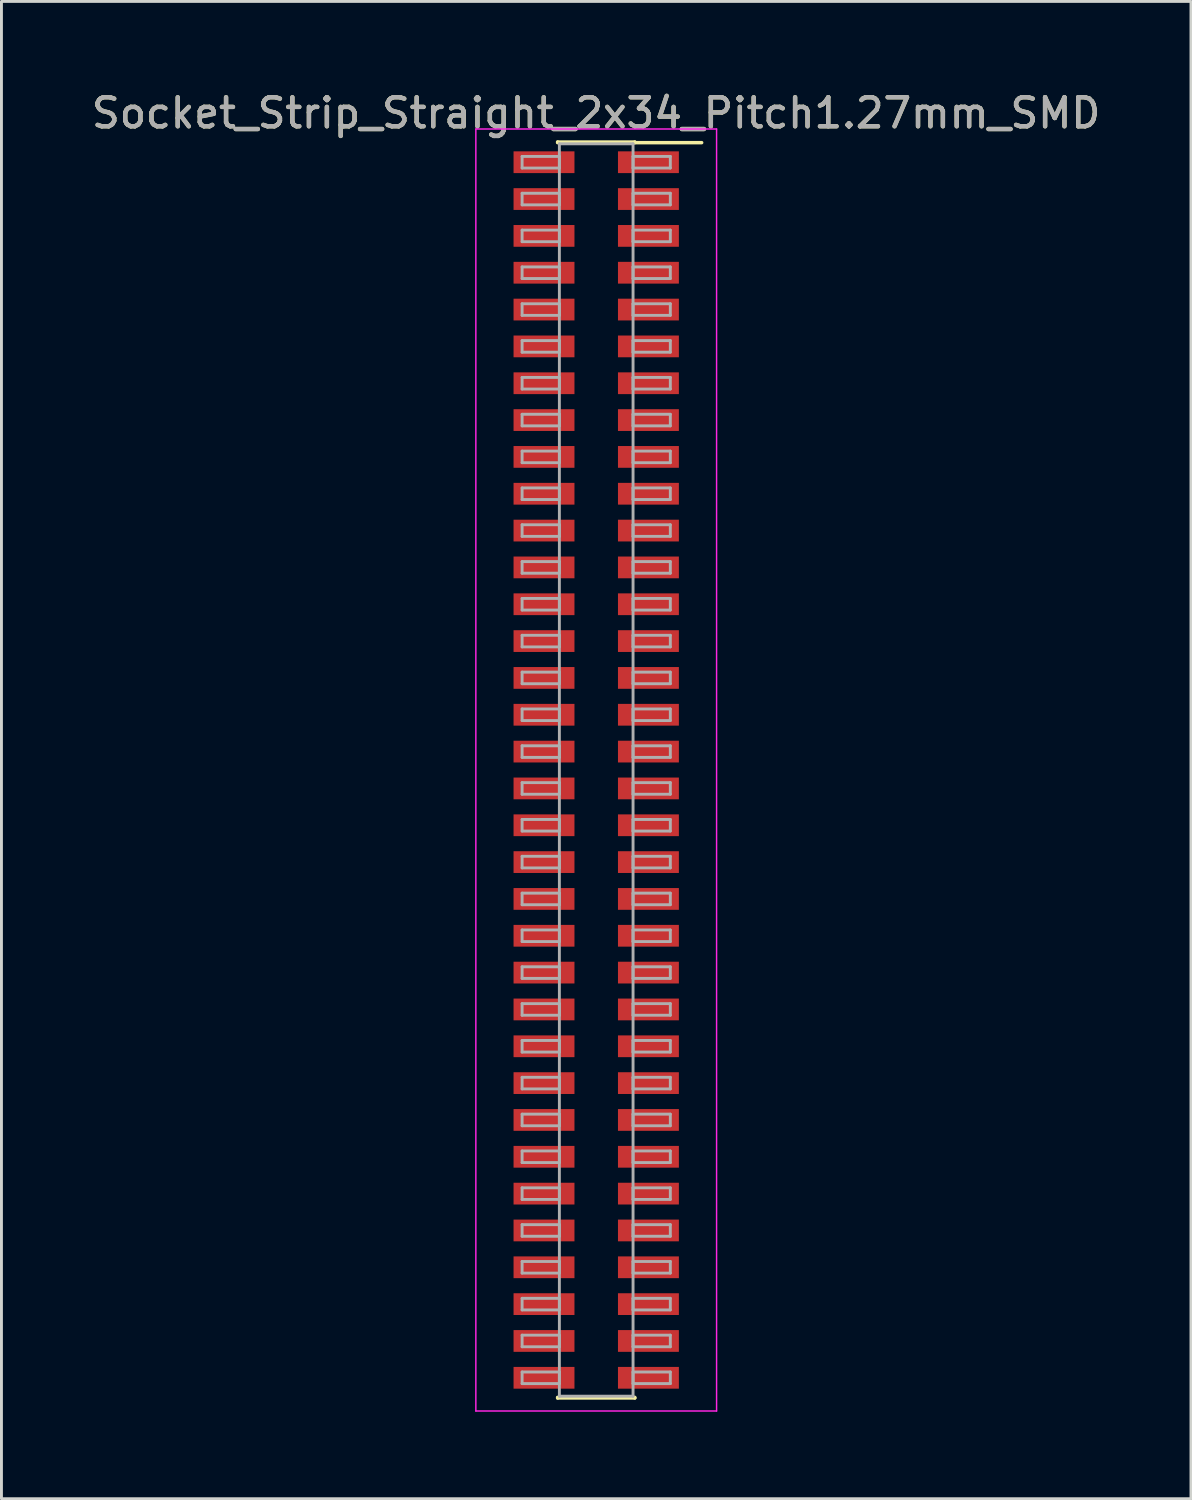
<source format=kicad_pcb>
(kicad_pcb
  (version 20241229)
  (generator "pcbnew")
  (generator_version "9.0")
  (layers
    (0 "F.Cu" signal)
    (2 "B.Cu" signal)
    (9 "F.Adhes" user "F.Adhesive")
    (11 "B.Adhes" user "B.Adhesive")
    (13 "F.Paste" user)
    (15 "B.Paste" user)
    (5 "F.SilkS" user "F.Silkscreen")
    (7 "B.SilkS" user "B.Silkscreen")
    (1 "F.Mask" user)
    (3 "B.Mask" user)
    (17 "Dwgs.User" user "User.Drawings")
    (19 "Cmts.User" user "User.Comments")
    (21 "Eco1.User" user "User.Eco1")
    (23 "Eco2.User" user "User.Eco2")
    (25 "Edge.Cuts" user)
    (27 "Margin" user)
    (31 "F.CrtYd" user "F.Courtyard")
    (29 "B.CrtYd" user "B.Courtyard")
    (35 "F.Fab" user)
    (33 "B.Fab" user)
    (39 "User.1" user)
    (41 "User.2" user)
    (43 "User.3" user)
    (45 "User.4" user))
  (footprint "Socket_Strip_Straight_2x34_Pitch1.27mm_SMD"
    (layer "F.Cu")
    (at 17.506 23.498)
    (property "Reference" "Socket_Strip_Straight_2x34_Pitch1.27mm_SMD" (at 0 -22.65 0) (layer "F.SilkS") (effects (font (size 1 1) (thickness 0.15))))
    (attr smd)
    (fp_line (start -1.33 -21.65) (end 1.33 -21.65) (stroke (width 0.12) (type solid)) (layer "F.SilkS"))
    (fp_line (start -1.33 -21.63) (end -1.33 -21.65) (stroke (width 0.12) (type solid)) (layer "F.SilkS"))
    (fp_line (start -1.33 21.63) (end -1.33 21.65) (stroke (width 0.12) (type solid)) (layer "F.SilkS"))
    (fp_line (start -1.33 21.65) (end 1.33 21.65) (stroke (width 0.12) (type solid)) (layer "F.SilkS"))
    (fp_line (start 1.33 -21.65) (end 1.33 -21.63) (stroke (width 0.12) (type solid)) (layer "F.SilkS"))
    (fp_line (start 1.33 21.65) (end 1.33 21.63) (stroke (width 0.12) (type solid)) (layer "F.SilkS"))
    (fp_line (start 3.635 -21.63) (end 1.33 -21.63) (stroke (width 0.12) (type solid)) (layer "F.SilkS"))
    (fp_line (start -4.15 -22.1) (end -4.15 22.1) (stroke (width 0.05) (type solid)) (layer "F.CrtYd"))
    (fp_line (start -4.15 22.1) (end 4.15 22.1) (stroke (width 0.05) (type solid)) (layer "F.CrtYd"))
    (fp_line (start 4.15 -22.1) (end -4.15 -22.1) (stroke (width 0.05) (type solid)) (layer "F.CrtYd"))
    (fp_line (start 4.15 22.1) (end 4.15 -22.1) (stroke (width 0.05) (type solid)) (layer "F.CrtYd"))
    (fp_line (start -2.555 -21.155) (end -1.27 -21.155) (stroke (width 0.1) (type solid)) (layer "F.Fab"))
    (fp_line (start -2.555 -20.755) (end -2.555 -21.155) (stroke (width 0.1) (type solid)) (layer "F.Fab"))
    (fp_line (start -2.555 -19.885) (end -1.27 -19.885) (stroke (width 0.1) (type solid)) (layer "F.Fab"))
    (fp_line (start -2.555 -19.485) (end -2.555 -19.885) (stroke (width 0.1) (type solid)) (layer "F.Fab"))
    (fp_line (start -2.555 -18.615) (end -1.27 -18.615) (stroke (width 0.1) (type solid)) (layer "F.Fab"))
    (fp_line (start -2.555 -18.215) (end -2.555 -18.615) (stroke (width 0.1) (type solid)) (layer "F.Fab"))
    (fp_line (start -2.555 -17.345) (end -1.27 -17.345) (stroke (width 0.1) (type solid)) (layer "F.Fab"))
    (fp_line (start -2.555 -16.945) (end -2.555 -17.345) (stroke (width 0.1) (type solid)) (layer "F.Fab"))
    (fp_line (start -2.555 -16.075) (end -1.27 -16.075) (stroke (width 0.1) (type solid)) (layer "F.Fab"))
    (fp_line (start -2.555 -15.675) (end -2.555 -16.075) (stroke (width 0.1) (type solid)) (layer "F.Fab"))
    (fp_line (start -2.555 -14.805) (end -1.27 -14.805) (stroke (width 0.1) (type solid)) (layer "F.Fab"))
    (fp_line (start -2.555 -14.405) (end -2.555 -14.805) (stroke (width 0.1) (type solid)) (layer "F.Fab"))
    (fp_line (start -2.555 -13.535) (end -1.27 -13.535) (stroke (width 0.1) (type solid)) (layer "F.Fab"))
    (fp_line (start -2.555 -13.135) (end -2.555 -13.535) (stroke (width 0.1) (type solid)) (layer "F.Fab"))
    (fp_line (start -2.555 -12.265) (end -1.27 -12.265) (stroke (width 0.1) (type solid)) (layer "F.Fab"))
    (fp_line (start -2.555 -11.865) (end -2.555 -12.265) (stroke (width 0.1) (type solid)) (layer "F.Fab"))
    (fp_line (start -2.555 -10.995) (end -1.27 -10.995) (stroke (width 0.1) (type solid)) (layer "F.Fab"))
    (fp_line (start -2.555 -10.595) (end -2.555 -10.995) (stroke (width 0.1) (type solid)) (layer "F.Fab"))
    (fp_line (start -2.555 -9.725) (end -1.27 -9.725) (stroke (width 0.1) (type solid)) (layer "F.Fab"))
    (fp_line (start -2.555 -9.325) (end -2.555 -9.725) (stroke (width 0.1) (type solid)) (layer "F.Fab"))
    (fp_line (start -2.555 -8.455) (end -1.27 -8.455) (stroke (width 0.1) (type solid)) (layer "F.Fab"))
    (fp_line (start -2.555 -8.055) (end -2.555 -8.455) (stroke (width 0.1) (type solid)) (layer "F.Fab"))
    (fp_line (start -2.555 -7.185) (end -1.27 -7.185) (stroke (width 0.1) (type solid)) (layer "F.Fab"))
    (fp_line (start -2.555 -6.785) (end -2.555 -7.185) (stroke (width 0.1) (type solid)) (layer "F.Fab"))
    (fp_line (start -2.555 -5.915) (end -1.27 -5.915) (stroke (width 0.1) (type solid)) (layer "F.Fab"))
    (fp_line (start -2.555 -5.515) (end -2.555 -5.915) (stroke (width 0.1) (type solid)) (layer "F.Fab"))
    (fp_line (start -2.555 -4.645) (end -1.27 -4.645) (stroke (width 0.1) (type solid)) (layer "F.Fab"))
    (fp_line (start -2.555 -4.245) (end -2.555 -4.645) (stroke (width 0.1) (type solid)) (layer "F.Fab"))
    (fp_line (start -2.555 -3.375) (end -1.27 -3.375) (stroke (width 0.1) (type solid)) (layer "F.Fab"))
    (fp_line (start -2.555 -2.975) (end -2.555 -3.375) (stroke (width 0.1) (type solid)) (layer "F.Fab"))
    (fp_line (start -2.555 -2.105) (end -1.27 -2.105) (stroke (width 0.1) (type solid)) (layer "F.Fab"))
    (fp_line (start -2.555 -1.705) (end -2.555 -2.105) (stroke (width 0.1) (type solid)) (layer "F.Fab"))
    (fp_line (start -2.555 -0.835) (end -1.27 -0.835) (stroke (width 0.1) (type solid)) (layer "F.Fab"))
    (fp_line (start -2.555 -0.435) (end -2.555 -0.835) (stroke (width 0.1) (type solid)) (layer "F.Fab"))
    (fp_line (start -2.555 0.435) (end -1.27 0.435) (stroke (width 0.1) (type solid)) (layer "F.Fab"))
    (fp_line (start -2.555 0.835) (end -2.555 0.435) (stroke (width 0.1) (type solid)) (layer "F.Fab"))
    (fp_line (start -2.555 1.705) (end -1.27 1.705) (stroke (width 0.1) (type solid)) (layer "F.Fab"))
    (fp_line (start -2.555 2.105) (end -2.555 1.705) (stroke (width 0.1) (type solid)) (layer "F.Fab"))
    (fp_line (start -2.555 2.975) (end -1.27 2.975) (stroke (width 0.1) (type solid)) (layer "F.Fab"))
    (fp_line (start -2.555 3.375) (end -2.555 2.975) (stroke (width 0.1) (type solid)) (layer "F.Fab"))
    (fp_line (start -2.555 4.245) (end -1.27 4.245) (stroke (width 0.1) (type solid)) (layer "F.Fab"))
    (fp_line (start -2.555 4.645) (end -2.555 4.245) (stroke (width 0.1) (type solid)) (layer "F.Fab"))
    (fp_line (start -2.555 5.515) (end -1.27 5.515) (stroke (width 0.1) (type solid)) (layer "F.Fab"))
    (fp_line (start -2.555 5.915) (end -2.555 5.515) (stroke (width 0.1) (type solid)) (layer "F.Fab"))
    (fp_line (start -2.555 6.785) (end -1.27 6.785) (stroke (width 0.1) (type solid)) (layer "F.Fab"))
    (fp_line (start -2.555 7.185) (end -2.555 6.785) (stroke (width 0.1) (type solid)) (layer "F.Fab"))
    (fp_line (start -2.555 8.055) (end -1.27 8.055) (stroke (width 0.1) (type solid)) (layer "F.Fab"))
    (fp_line (start -2.555 8.455) (end -2.555 8.055) (stroke (width 0.1) (type solid)) (layer "F.Fab"))
    (fp_line (start -2.555 9.325) (end -1.27 9.325) (stroke (width 0.1) (type solid)) (layer "F.Fab"))
    (fp_line (start -2.555 9.725) (end -2.555 9.325) (stroke (width 0.1) (type solid)) (layer "F.Fab"))
    (fp_line (start -2.555 10.595) (end -1.27 10.595) (stroke (width 0.1) (type solid)) (layer "F.Fab"))
    (fp_line (start -2.555 10.995) (end -2.555 10.595) (stroke (width 0.1) (type solid)) (layer "F.Fab"))
    (fp_line (start -2.555 11.865) (end -1.27 11.865) (stroke (width 0.1) (type solid)) (layer "F.Fab"))
    (fp_line (start -2.555 12.265) (end -2.555 11.865) (stroke (width 0.1) (type solid)) (layer "F.Fab"))
    (fp_line (start -2.555 13.135) (end -1.27 13.135) (stroke (width 0.1) (type solid)) (layer "F.Fab"))
    (fp_line (start -2.555 13.535) (end -2.555 13.135) (stroke (width 0.1) (type solid)) (layer "F.Fab"))
    (fp_line (start -2.555 14.405) (end -1.27 14.405) (stroke (width 0.1) (type solid)) (layer "F.Fab"))
    (fp_line (start -2.555 14.805) (end -2.555 14.405) (stroke (width 0.1) (type solid)) (layer "F.Fab"))
    (fp_line (start -2.555 15.675) (end -1.27 15.675) (stroke (width 0.1) (type solid)) (layer "F.Fab"))
    (fp_line (start -2.555 16.075) (end -2.555 15.675) (stroke (width 0.1) (type solid)) (layer "F.Fab"))
    (fp_line (start -2.555 16.945) (end -1.27 16.945) (stroke (width 0.1) (type solid)) (layer "F.Fab"))
    (fp_line (start -2.555 17.345) (end -2.555 16.945) (stroke (width 0.1) (type solid)) (layer "F.Fab"))
    (fp_line (start -2.555 18.215) (end -1.27 18.215) (stroke (width 0.1) (type solid)) (layer "F.Fab"))
    (fp_line (start -2.555 18.615) (end -2.555 18.215) (stroke (width 0.1) (type solid)) (layer "F.Fab"))
    (fp_line (start -2.555 19.485) (end -1.27 19.485) (stroke (width 0.1) (type solid)) (layer "F.Fab"))
    (fp_line (start -2.555 19.885) (end -2.555 19.485) (stroke (width 0.1) (type solid)) (layer "F.Fab"))
    (fp_line (start -2.555 20.755) (end -1.27 20.755) (stroke (width 0.1) (type solid)) (layer "F.Fab"))
    (fp_line (start -2.555 21.155) (end -2.555 20.755) (stroke (width 0.1) (type solid)) (layer "F.Fab"))
    (fp_line (start -1.27 -21.59) (end -1.27 21.59) (stroke (width 0.1) (type solid)) (layer "F.Fab"))
    (fp_line (start -1.27 -21.155) (end -1.27 -20.755) (stroke (width 0.1) (type solid)) (layer "F.Fab"))
    (fp_line (start -1.27 -20.755) (end -2.555 -20.755) (stroke (width 0.1) (type solid)) (layer "F.Fab"))
    (fp_line (start -1.27 -19.885) (end -1.27 -19.485) (stroke (width 0.1) (type solid)) (layer "F.Fab"))
    (fp_line (start -1.27 -19.485) (end -2.555 -19.485) (stroke (width 0.1) (type solid)) (layer "F.Fab"))
    (fp_line (start -1.27 -18.615) (end -1.27 -18.215) (stroke (width 0.1) (type solid)) (layer "F.Fab"))
    (fp_line (start -1.27 -18.215) (end -2.555 -18.215) (stroke (width 0.1) (type solid)) (layer "F.Fab"))
    (fp_line (start -1.27 -17.345) (end -1.27 -16.945) (stroke (width 0.1) (type solid)) (layer "F.Fab"))
    (fp_line (start -1.27 -16.945) (end -2.555 -16.945) (stroke (width 0.1) (type solid)) (layer "F.Fab"))
    (fp_line (start -1.27 -16.075) (end -1.27 -15.675) (stroke (width 0.1) (type solid)) (layer "F.Fab"))
    (fp_line (start -1.27 -15.675) (end -2.555 -15.675) (stroke (width 0.1) (type solid)) (layer "F.Fab"))
    (fp_line (start -1.27 -14.805) (end -1.27 -14.405) (stroke (width 0.1) (type solid)) (layer "F.Fab"))
    (fp_line (start -1.27 -14.405) (end -2.555 -14.405) (stroke (width 0.1) (type solid)) (layer "F.Fab"))
    (fp_line (start -1.27 -13.535) (end -1.27 -13.135) (stroke (width 0.1) (type solid)) (layer "F.Fab"))
    (fp_line (start -1.27 -13.135) (end -2.555 -13.135) (stroke (width 0.1) (type solid)) (layer "F.Fab"))
    (fp_line (start -1.27 -12.265) (end -1.27 -11.865) (stroke (width 0.1) (type solid)) (layer "F.Fab"))
    (fp_line (start -1.27 -11.865) (end -2.555 -11.865) (stroke (width 0.1) (type solid)) (layer "F.Fab"))
    (fp_line (start -1.27 -10.995) (end -1.27 -10.595) (stroke (width 0.1) (type solid)) (layer "F.Fab"))
    (fp_line (start -1.27 -10.595) (end -2.555 -10.595) (stroke (width 0.1) (type solid)) (layer "F.Fab"))
    (fp_line (start -1.27 -9.725) (end -1.27 -9.325) (stroke (width 0.1) (type solid)) (layer "F.Fab"))
    (fp_line (start -1.27 -9.325) (end -2.555 -9.325) (stroke (width 0.1) (type solid)) (layer "F.Fab"))
    (fp_line (start -1.27 -8.455) (end -1.27 -8.055) (stroke (width 0.1) (type solid)) (layer "F.Fab"))
    (fp_line (start -1.27 -8.055) (end -2.555 -8.055) (stroke (width 0.1) (type solid)) (layer "F.Fab"))
    (fp_line (start -1.27 -7.185) (end -1.27 -6.785) (stroke (width 0.1) (type solid)) (layer "F.Fab"))
    (fp_line (start -1.27 -6.785) (end -2.555 -6.785) (stroke (width 0.1) (type solid)) (layer "F.Fab"))
    (fp_line (start -1.27 -5.915) (end -1.27 -5.515) (stroke (width 0.1) (type solid)) (layer "F.Fab"))
    (fp_line (start -1.27 -5.515) (end -2.555 -5.515) (stroke (width 0.1) (type solid)) (layer "F.Fab"))
    (fp_line (start -1.27 -4.645) (end -1.27 -4.245) (stroke (width 0.1) (type solid)) (layer "F.Fab"))
    (fp_line (start -1.27 -4.245) (end -2.555 -4.245) (stroke (width 0.1) (type solid)) (layer "F.Fab"))
    (fp_line (start -1.27 -3.375) (end -1.27 -2.975) (stroke (width 0.1) (type solid)) (layer "F.Fab"))
    (fp_line (start -1.27 -2.975) (end -2.555 -2.975) (stroke (width 0.1) (type solid)) (layer "F.Fab"))
    (fp_line (start -1.27 -2.105) (end -1.27 -1.705) (stroke (width 0.1) (type solid)) (layer "F.Fab"))
    (fp_line (start -1.27 -1.705) (end -2.555 -1.705) (stroke (width 0.1) (type solid)) (layer "F.Fab"))
    (fp_line (start -1.27 -0.835) (end -1.27 -0.435) (stroke (width 0.1) (type solid)) (layer "F.Fab"))
    (fp_line (start -1.27 -0.435) (end -2.555 -0.435) (stroke (width 0.1) (type solid)) (layer "F.Fab"))
    (fp_line (start -1.27 0.435) (end -1.27 0.835) (stroke (width 0.1) (type solid)) (layer "F.Fab"))
    (fp_line (start -1.27 0.835) (end -2.555 0.835) (stroke (width 0.1) (type solid)) (layer "F.Fab"))
    (fp_line (start -1.27 1.705) (end -1.27 2.105) (stroke (width 0.1) (type solid)) (layer "F.Fab"))
    (fp_line (start -1.27 2.105) (end -2.555 2.105) (stroke (width 0.1) (type solid)) (layer "F.Fab"))
    (fp_line (start -1.27 2.975) (end -1.27 3.375) (stroke (width 0.1) (type solid)) (layer "F.Fab"))
    (fp_line (start -1.27 3.375) (end -2.555 3.375) (stroke (width 0.1) (type solid)) (layer "F.Fab"))
    (fp_line (start -1.27 4.245) (end -1.27 4.645) (stroke (width 0.1) (type solid)) (layer "F.Fab"))
    (fp_line (start -1.27 4.645) (end -2.555 4.645) (stroke (width 0.1) (type solid)) (layer "F.Fab"))
    (fp_line (start -1.27 5.515) (end -1.27 5.915) (stroke (width 0.1) (type solid)) (layer "F.Fab"))
    (fp_line (start -1.27 5.915) (end -2.555 5.915) (stroke (width 0.1) (type solid)) (layer "F.Fab"))
    (fp_line (start -1.27 6.785) (end -1.27 7.185) (stroke (width 0.1) (type solid)) (layer "F.Fab"))
    (fp_line (start -1.27 7.185) (end -2.555 7.185) (stroke (width 0.1) (type solid)) (layer "F.Fab"))
    (fp_line (start -1.27 8.055) (end -1.27 8.455) (stroke (width 0.1) (type solid)) (layer "F.Fab"))
    (fp_line (start -1.27 8.455) (end -2.555 8.455) (stroke (width 0.1) (type solid)) (layer "F.Fab"))
    (fp_line (start -1.27 9.325) (end -1.27 9.725) (stroke (width 0.1) (type solid)) (layer "F.Fab"))
    (fp_line (start -1.27 9.725) (end -2.555 9.725) (stroke (width 0.1) (type solid)) (layer "F.Fab"))
    (fp_line (start -1.27 10.595) (end -1.27 10.995) (stroke (width 0.1) (type solid)) (layer "F.Fab"))
    (fp_line (start -1.27 10.995) (end -2.555 10.995) (stroke (width 0.1) (type solid)) (layer "F.Fab"))
    (fp_line (start -1.27 11.865) (end -1.27 12.265) (stroke (width 0.1) (type solid)) (layer "F.Fab"))
    (fp_line (start -1.27 12.265) (end -2.555 12.265) (stroke (width 0.1) (type solid)) (layer "F.Fab"))
    (fp_line (start -1.27 13.135) (end -1.27 13.535) (stroke (width 0.1) (type solid)) (layer "F.Fab"))
    (fp_line (start -1.27 13.535) (end -2.555 13.535) (stroke (width 0.1) (type solid)) (layer "F.Fab"))
    (fp_line (start -1.27 14.405) (end -1.27 14.805) (stroke (width 0.1) (type solid)) (layer "F.Fab"))
    (fp_line (start -1.27 14.805) (end -2.555 14.805) (stroke (width 0.1) (type solid)) (layer "F.Fab"))
    (fp_line (start -1.27 15.675) (end -1.27 16.075) (stroke (width 0.1) (type solid)) (layer "F.Fab"))
    (fp_line (start -1.27 16.075) (end -2.555 16.075) (stroke (width 0.1) (type solid)) (layer "F.Fab"))
    (fp_line (start -1.27 16.945) (end -1.27 17.345) (stroke (width 0.1) (type solid)) (layer "F.Fab"))
    (fp_line (start -1.27 17.345) (end -2.555 17.345) (stroke (width 0.1) (type solid)) (layer "F.Fab"))
    (fp_line (start -1.27 18.215) (end -1.27 18.615) (stroke (width 0.1) (type solid)) (layer "F.Fab"))
    (fp_line (start -1.27 18.615) (end -2.555 18.615) (stroke (width 0.1) (type solid)) (layer "F.Fab"))
    (fp_line (start -1.27 19.485) (end -1.27 19.885) (stroke (width 0.1) (type solid)) (layer "F.Fab"))
    (fp_line (start -1.27 19.885) (end -2.555 19.885) (stroke (width 0.1) (type solid)) (layer "F.Fab"))
    (fp_line (start -1.27 20.755) (end -1.27 21.155) (stroke (width 0.1) (type solid)) (layer "F.Fab"))
    (fp_line (start -1.27 21.155) (end -2.555 21.155) (stroke (width 0.1) (type solid)) (layer "F.Fab"))
    (fp_line (start -1.27 21.59) (end 1.27 21.59) (stroke (width 0.1) (type solid)) (layer "F.Fab"))
    (fp_line (start 1.27 -21.59) (end -1.27 -21.59) (stroke (width 0.1) (type solid)) (layer "F.Fab"))
    (fp_line (start 1.27 -21.155) (end 1.27 -20.755) (stroke (width 0.1) (type solid)) (layer "F.Fab"))
    (fp_line (start 1.27 -20.755) (end 2.555 -20.755) (stroke (width 0.1) (type solid)) (layer "F.Fab"))
    (fp_line (start 1.27 -19.885) (end 1.27 -19.485) (stroke (width 0.1) (type solid)) (layer "F.Fab"))
    (fp_line (start 1.27 -19.485) (end 2.555 -19.485) (stroke (width 0.1) (type solid)) (layer "F.Fab"))
    (fp_line (start 1.27 -18.615) (end 1.27 -18.215) (stroke (width 0.1) (type solid)) (layer "F.Fab"))
    (fp_line (start 1.27 -18.215) (end 2.555 -18.215) (stroke (width 0.1) (type solid)) (layer "F.Fab"))
    (fp_line (start 1.27 -17.345) (end 1.27 -16.945) (stroke (width 0.1) (type solid)) (layer "F.Fab"))
    (fp_line (start 1.27 -16.945) (end 2.555 -16.945) (stroke (width 0.1) (type solid)) (layer "F.Fab"))
    (fp_line (start 1.27 -16.075) (end 1.27 -15.675) (stroke (width 0.1) (type solid)) (layer "F.Fab"))
    (fp_line (start 1.27 -15.675) (end 2.555 -15.675) (stroke (width 0.1) (type solid)) (layer "F.Fab"))
    (fp_line (start 1.27 -14.805) (end 1.27 -14.405) (stroke (width 0.1) (type solid)) (layer "F.Fab"))
    (fp_line (start 1.27 -14.405) (end 2.555 -14.405) (stroke (width 0.1) (type solid)) (layer "F.Fab"))
    (fp_line (start 1.27 -13.535) (end 1.27 -13.135) (stroke (width 0.1) (type solid)) (layer "F.Fab"))
    (fp_line (start 1.27 -13.135) (end 2.555 -13.135) (stroke (width 0.1) (type solid)) (layer "F.Fab"))
    (fp_line (start 1.27 -12.265) (end 1.27 -11.865) (stroke (width 0.1) (type solid)) (layer "F.Fab"))
    (fp_line (start 1.27 -11.865) (end 2.555 -11.865) (stroke (width 0.1) (type solid)) (layer "F.Fab"))
    (fp_line (start 1.27 -10.995) (end 1.27 -10.595) (stroke (width 0.1) (type solid)) (layer "F.Fab"))
    (fp_line (start 1.27 -10.595) (end 2.555 -10.595) (stroke (width 0.1) (type solid)) (layer "F.Fab"))
    (fp_line (start 1.27 -9.725) (end 1.27 -9.325) (stroke (width 0.1) (type solid)) (layer "F.Fab"))
    (fp_line (start 1.27 -9.325) (end 2.555 -9.325) (stroke (width 0.1) (type solid)) (layer "F.Fab"))
    (fp_line (start 1.27 -8.455) (end 1.27 -8.055) (stroke (width 0.1) (type solid)) (layer "F.Fab"))
    (fp_line (start 1.27 -8.055) (end 2.555 -8.055) (stroke (width 0.1) (type solid)) (layer "F.Fab"))
    (fp_line (start 1.27 -7.185) (end 1.27 -6.785) (stroke (width 0.1) (type solid)) (layer "F.Fab"))
    (fp_line (start 1.27 -6.785) (end 2.555 -6.785) (stroke (width 0.1) (type solid)) (layer "F.Fab"))
    (fp_line (start 1.27 -5.915) (end 1.27 -5.515) (stroke (width 0.1) (type solid)) (layer "F.Fab"))
    (fp_line (start 1.27 -5.515) (end 2.555 -5.515) (stroke (width 0.1) (type solid)) (layer "F.Fab"))
    (fp_line (start 1.27 -4.645) (end 1.27 -4.245) (stroke (width 0.1) (type solid)) (layer "F.Fab"))
    (fp_line (start 1.27 -4.245) (end 2.555 -4.245) (stroke (width 0.1) (type solid)) (layer "F.Fab"))
    (fp_line (start 1.27 -3.375) (end 1.27 -2.975) (stroke (width 0.1) (type solid)) (layer "F.Fab"))
    (fp_line (start 1.27 -2.975) (end 2.555 -2.975) (stroke (width 0.1) (type solid)) (layer "F.Fab"))
    (fp_line (start 1.27 -2.105) (end 1.27 -1.705) (stroke (width 0.1) (type solid)) (layer "F.Fab"))
    (fp_line (start 1.27 -1.705) (end 2.555 -1.705) (stroke (width 0.1) (type solid)) (layer "F.Fab"))
    (fp_line (start 1.27 -0.835) (end 1.27 -0.435) (stroke (width 0.1) (type solid)) (layer "F.Fab"))
    (fp_line (start 1.27 -0.435) (end 2.555 -0.435) (stroke (width 0.1) (type solid)) (layer "F.Fab"))
    (fp_line (start 1.27 0.435) (end 1.27 0.835) (stroke (width 0.1) (type solid)) (layer "F.Fab"))
    (fp_line (start 1.27 0.835) (end 2.555 0.835) (stroke (width 0.1) (type solid)) (layer "F.Fab"))
    (fp_line (start 1.27 1.705) (end 1.27 2.105) (stroke (width 0.1) (type solid)) (layer "F.Fab"))
    (fp_line (start 1.27 2.105) (end 2.555 2.105) (stroke (width 0.1) (type solid)) (layer "F.Fab"))
    (fp_line (start 1.27 2.975) (end 1.27 3.375) (stroke (width 0.1) (type solid)) (layer "F.Fab"))
    (fp_line (start 1.27 3.375) (end 2.555 3.375) (stroke (width 0.1) (type solid)) (layer "F.Fab"))
    (fp_line (start 1.27 4.245) (end 1.27 4.645) (stroke (width 0.1) (type solid)) (layer "F.Fab"))
    (fp_line (start 1.27 4.645) (end 2.555 4.645) (stroke (width 0.1) (type solid)) (layer "F.Fab"))
    (fp_line (start 1.27 5.515) (end 1.27 5.915) (stroke (width 0.1) (type solid)) (layer "F.Fab"))
    (fp_line (start 1.27 5.915) (end 2.555 5.915) (stroke (width 0.1) (type solid)) (layer "F.Fab"))
    (fp_line (start 1.27 6.785) (end 1.27 7.185) (stroke (width 0.1) (type solid)) (layer "F.Fab"))
    (fp_line (start 1.27 7.185) (end 2.555 7.185) (stroke (width 0.1) (type solid)) (layer "F.Fab"))
    (fp_line (start 1.27 8.055) (end 1.27 8.455) (stroke (width 0.1) (type solid)) (layer "F.Fab"))
    (fp_line (start 1.27 8.455) (end 2.555 8.455) (stroke (width 0.1) (type solid)) (layer "F.Fab"))
    (fp_line (start 1.27 9.325) (end 1.27 9.725) (stroke (width 0.1) (type solid)) (layer "F.Fab"))
    (fp_line (start 1.27 9.725) (end 2.555 9.725) (stroke (width 0.1) (type solid)) (layer "F.Fab"))
    (fp_line (start 1.27 10.595) (end 1.27 10.995) (stroke (width 0.1) (type solid)) (layer "F.Fab"))
    (fp_line (start 1.27 10.995) (end 2.555 10.995) (stroke (width 0.1) (type solid)) (layer "F.Fab"))
    (fp_line (start 1.27 11.865) (end 1.27 12.265) (stroke (width 0.1) (type solid)) (layer "F.Fab"))
    (fp_line (start 1.27 12.265) (end 2.555 12.265) (stroke (width 0.1) (type solid)) (layer "F.Fab"))
    (fp_line (start 1.27 13.135) (end 1.27 13.535) (stroke (width 0.1) (type solid)) (layer "F.Fab"))
    (fp_line (start 1.27 13.535) (end 2.555 13.535) (stroke (width 0.1) (type solid)) (layer "F.Fab"))
    (fp_line (start 1.27 14.405) (end 1.27 14.805) (stroke (width 0.1) (type solid)) (layer "F.Fab"))
    (fp_line (start 1.27 14.805) (end 2.555 14.805) (stroke (width 0.1) (type solid)) (layer "F.Fab"))
    (fp_line (start 1.27 15.675) (end 1.27 16.075) (stroke (width 0.1) (type solid)) (layer "F.Fab"))
    (fp_line (start 1.27 16.075) (end 2.555 16.075) (stroke (width 0.1) (type solid)) (layer "F.Fab"))
    (fp_line (start 1.27 16.945) (end 1.27 17.345) (stroke (width 0.1) (type solid)) (layer "F.Fab"))
    (fp_line (start 1.27 17.345) (end 2.555 17.345) (stroke (width 0.1) (type solid)) (layer "F.Fab"))
    (fp_line (start 1.27 18.215) (end 1.27 18.615) (stroke (width 0.1) (type solid)) (layer "F.Fab"))
    (fp_line (start 1.27 18.615) (end 2.555 18.615) (stroke (width 0.1) (type solid)) (layer "F.Fab"))
    (fp_line (start 1.27 19.485) (end 1.27 19.885) (stroke (width 0.1) (type solid)) (layer "F.Fab"))
    (fp_line (start 1.27 19.885) (end 2.555 19.885) (stroke (width 0.1) (type solid)) (layer "F.Fab"))
    (fp_line (start 1.27 20.755) (end 1.27 21.155) (stroke (width 0.1) (type solid)) (layer "F.Fab"))
    (fp_line (start 1.27 21.155) (end 2.555 21.155) (stroke (width 0.1) (type solid)) (layer "F.Fab"))
    (fp_line (start 1.27 21.59) (end 1.27 -21.59) (stroke (width 0.1) (type solid)) (layer "F.Fab"))
    (fp_line (start 2.555 -21.155) (end 1.27 -21.155) (stroke (width 0.1) (type solid)) (layer "F.Fab"))
    (fp_line (start 2.555 -20.755) (end 2.555 -21.155) (stroke (width 0.1) (type solid)) (layer "F.Fab"))
    (fp_line (start 2.555 -19.885) (end 1.27 -19.885) (stroke (width 0.1) (type solid)) (layer "F.Fab"))
    (fp_line (start 2.555 -19.485) (end 2.555 -19.885) (stroke (width 0.1) (type solid)) (layer "F.Fab"))
    (fp_line (start 2.555 -18.615) (end 1.27 -18.615) (stroke (width 0.1) (type solid)) (layer "F.Fab"))
    (fp_line (start 2.555 -18.215) (end 2.555 -18.615) (stroke (width 0.1) (type solid)) (layer "F.Fab"))
    (fp_line (start 2.555 -17.345) (end 1.27 -17.345) (stroke (width 0.1) (type solid)) (layer "F.Fab"))
    (fp_line (start 2.555 -16.945) (end 2.555 -17.345) (stroke (width 0.1) (type solid)) (layer "F.Fab"))
    (fp_line (start 2.555 -16.075) (end 1.27 -16.075) (stroke (width 0.1) (type solid)) (layer "F.Fab"))
    (fp_line (start 2.555 -15.675) (end 2.555 -16.075) (stroke (width 0.1) (type solid)) (layer "F.Fab"))
    (fp_line (start 2.555 -14.805) (end 1.27 -14.805) (stroke (width 0.1) (type solid)) (layer "F.Fab"))
    (fp_line (start 2.555 -14.405) (end 2.555 -14.805) (stroke (width 0.1) (type solid)) (layer "F.Fab"))
    (fp_line (start 2.555 -13.535) (end 1.27 -13.535) (stroke (width 0.1) (type solid)) (layer "F.Fab"))
    (fp_line (start 2.555 -13.135) (end 2.555 -13.535) (stroke (width 0.1) (type solid)) (layer "F.Fab"))
    (fp_line (start 2.555 -12.265) (end 1.27 -12.265) (stroke (width 0.1) (type solid)) (layer "F.Fab"))
    (fp_line (start 2.555 -11.865) (end 2.555 -12.265) (stroke (width 0.1) (type solid)) (layer "F.Fab"))
    (fp_line (start 2.555 -10.995) (end 1.27 -10.995) (stroke (width 0.1) (type solid)) (layer "F.Fab"))
    (fp_line (start 2.555 -10.595) (end 2.555 -10.995) (stroke (width 0.1) (type solid)) (layer "F.Fab"))
    (fp_line (start 2.555 -9.725) (end 1.27 -9.725) (stroke (width 0.1) (type solid)) (layer "F.Fab"))
    (fp_line (start 2.555 -9.325) (end 2.555 -9.725) (stroke (width 0.1) (type solid)) (layer "F.Fab"))
    (fp_line (start 2.555 -8.455) (end 1.27 -8.455) (stroke (width 0.1) (type solid)) (layer "F.Fab"))
    (fp_line (start 2.555 -8.055) (end 2.555 -8.455) (stroke (width 0.1) (type solid)) (layer "F.Fab"))
    (fp_line (start 2.555 -7.185) (end 1.27 -7.185) (stroke (width 0.1) (type solid)) (layer "F.Fab"))
    (fp_line (start 2.555 -6.785) (end 2.555 -7.185) (stroke (width 0.1) (type solid)) (layer "F.Fab"))
    (fp_line (start 2.555 -5.915) (end 1.27 -5.915) (stroke (width 0.1) (type solid)) (layer "F.Fab"))
    (fp_line (start 2.555 -5.515) (end 2.555 -5.915) (stroke (width 0.1) (type solid)) (layer "F.Fab"))
    (fp_line (start 2.555 -4.645) (end 1.27 -4.645) (stroke (width 0.1) (type solid)) (layer "F.Fab"))
    (fp_line (start 2.555 -4.245) (end 2.555 -4.645) (stroke (width 0.1) (type solid)) (layer "F.Fab"))
    (fp_line (start 2.555 -3.375) (end 1.27 -3.375) (stroke (width 0.1) (type solid)) (layer "F.Fab"))
    (fp_line (start 2.555 -2.975) (end 2.555 -3.375) (stroke (width 0.1) (type solid)) (layer "F.Fab"))
    (fp_line (start 2.555 -2.105) (end 1.27 -2.105) (stroke (width 0.1) (type solid)) (layer "F.Fab"))
    (fp_line (start 2.555 -1.705) (end 2.555 -2.105) (stroke (width 0.1) (type solid)) (layer "F.Fab"))
    (fp_line (start 2.555 -0.835) (end 1.27 -0.835) (stroke (width 0.1) (type solid)) (layer "F.Fab"))
    (fp_line (start 2.555 -0.435) (end 2.555 -0.835) (stroke (width 0.1) (type solid)) (layer "F.Fab"))
    (fp_line (start 2.555 0.435) (end 1.27 0.435) (stroke (width 0.1) (type solid)) (layer "F.Fab"))
    (fp_line (start 2.555 0.835) (end 2.555 0.435) (stroke (width 0.1) (type solid)) (layer "F.Fab"))
    (fp_line (start 2.555 1.705) (end 1.27 1.705) (stroke (width 0.1) (type solid)) (layer "F.Fab"))
    (fp_line (start 2.555 2.105) (end 2.555 1.705) (stroke (width 0.1) (type solid)) (layer "F.Fab"))
    (fp_line (start 2.555 2.975) (end 1.27 2.975) (stroke (width 0.1) (type solid)) (layer "F.Fab"))
    (fp_line (start 2.555 3.375) (end 2.555 2.975) (stroke (width 0.1) (type solid)) (layer "F.Fab"))
    (fp_line (start 2.555 4.245) (end 1.27 4.245) (stroke (width 0.1) (type solid)) (layer "F.Fab"))
    (fp_line (start 2.555 4.645) (end 2.555 4.245) (stroke (width 0.1) (type solid)) (layer "F.Fab"))
    (fp_line (start 2.555 5.515) (end 1.27 5.515) (stroke (width 0.1) (type solid)) (layer "F.Fab"))
    (fp_line (start 2.555 5.915) (end 2.555 5.515) (stroke (width 0.1) (type solid)) (layer "F.Fab"))
    (fp_line (start 2.555 6.785) (end 1.27 6.785) (stroke (width 0.1) (type solid)) (layer "F.Fab"))
    (fp_line (start 2.555 7.185) (end 2.555 6.785) (stroke (width 0.1) (type solid)) (layer "F.Fab"))
    (fp_line (start 2.555 8.055) (end 1.27 8.055) (stroke (width 0.1) (type solid)) (layer "F.Fab"))
    (fp_line (start 2.555 8.455) (end 2.555 8.055) (stroke (width 0.1) (type solid)) (layer "F.Fab"))
    (fp_line (start 2.555 9.325) (end 1.27 9.325) (stroke (width 0.1) (type solid)) (layer "F.Fab"))
    (fp_line (start 2.555 9.725) (end 2.555 9.325) (stroke (width 0.1) (type solid)) (layer "F.Fab"))
    (fp_line (start 2.555 10.595) (end 1.27 10.595) (stroke (width 0.1) (type solid)) (layer "F.Fab"))
    (fp_line (start 2.555 10.995) (end 2.555 10.595) (stroke (width 0.1) (type solid)) (layer "F.Fab"))
    (fp_line (start 2.555 11.865) (end 1.27 11.865) (stroke (width 0.1) (type solid)) (layer "F.Fab"))
    (fp_line (start 2.555 12.265) (end 2.555 11.865) (stroke (width 0.1) (type solid)) (layer "F.Fab"))
    (fp_line (start 2.555 13.135) (end 1.27 13.135) (stroke (width 0.1) (type solid)) (layer "F.Fab"))
    (fp_line (start 2.555 13.535) (end 2.555 13.135) (stroke (width 0.1) (type solid)) (layer "F.Fab"))
    (fp_line (start 2.555 14.405) (end 1.27 14.405) (stroke (width 0.1) (type solid)) (layer "F.Fab"))
    (fp_line (start 2.555 14.805) (end 2.555 14.405) (stroke (width 0.1) (type solid)) (layer "F.Fab"))
    (fp_line (start 2.555 15.675) (end 1.27 15.675) (stroke (width 0.1) (type solid)) (layer "F.Fab"))
    (fp_line (start 2.555 16.075) (end 2.555 15.675) (stroke (width 0.1) (type solid)) (layer "F.Fab"))
    (fp_line (start 2.555 16.945) (end 1.27 16.945) (stroke (width 0.1) (type solid)) (layer "F.Fab"))
    (fp_line (start 2.555 17.345) (end 2.555 16.945) (stroke (width 0.1) (type solid)) (layer "F.Fab"))
    (fp_line (start 2.555 18.215) (end 1.27 18.215) (stroke (width 0.1) (type solid)) (layer "F.Fab"))
    (fp_line (start 2.555 18.615) (end 2.555 18.215) (stroke (width 0.1) (type solid)) (layer "F.Fab"))
    (fp_line (start 2.555 19.485) (end 1.27 19.485) (stroke (width 0.1) (type solid)) (layer "F.Fab"))
    (fp_line (start 2.555 19.885) (end 2.555 19.485) (stroke (width 0.1) (type solid)) (layer "F.Fab"))
    (fp_line (start 2.555 20.755) (end 1.27 20.755) (stroke (width 0.1) (type solid)) (layer "F.Fab"))
    (fp_line (start 2.555 21.155) (end 2.555 20.755) (stroke (width 0.1) (type solid)) (layer "F.Fab"))
    (fp_text user "${REFERENCE}" (at 0 -22.65 0) (layer "F.Fab") (effects (font (size 1 1) (thickness 0.15))))
    (pad "1" smd rect (at 1.8 -20.955) (size 2.1 0.75) (layers "F.Cu" "F.Mask" "F.Paste"))
    (pad "2" smd rect (at -1.8 -20.955) (size 2.1 0.75) (layers "F.Cu" "F.Mask" "F.Paste"))
    (pad "3" smd rect (at 1.8 -19.685) (size 2.1 0.75) (layers "F.Cu" "F.Mask" "F.Paste"))
    (pad "4" smd rect (at -1.8 -19.685) (size 2.1 0.75) (layers "F.Cu" "F.Mask" "F.Paste"))
    (pad "5" smd rect (at 1.8 -18.415) (size 2.1 0.75) (layers "F.Cu" "F.Mask" "F.Paste"))
    (pad "6" smd rect (at -1.8 -18.415) (size 2.1 0.75) (layers "F.Cu" "F.Mask" "F.Paste"))
    (pad "7" smd rect (at 1.8 -17.145) (size 2.1 0.75) (layers "F.Cu" "F.Mask" "F.Paste"))
    (pad "8" smd rect (at -1.8 -17.145) (size 2.1 0.75) (layers "F.Cu" "F.Mask" "F.Paste"))
    (pad "9" smd rect (at 1.8 -15.875) (size 2.1 0.75) (layers "F.Cu" "F.Mask" "F.Paste"))
    (pad "10" smd rect (at -1.8 -15.875) (size 2.1 0.75) (layers "F.Cu" "F.Mask" "F.Paste"))
    (pad "11" smd rect (at 1.8 -14.605) (size 2.1 0.75) (layers "F.Cu" "F.Mask" "F.Paste"))
    (pad "12" smd rect (at -1.8 -14.605) (size 2.1 0.75) (layers "F.Cu" "F.Mask" "F.Paste"))
    (pad "13" smd rect (at 1.8 -13.335) (size 2.1 0.75) (layers "F.Cu" "F.Mask" "F.Paste"))
    (pad "14" smd rect (at -1.8 -13.335) (size 2.1 0.75) (layers "F.Cu" "F.Mask" "F.Paste"))
    (pad "15" smd rect (at 1.8 -12.065) (size 2.1 0.75) (layers "F.Cu" "F.Mask" "F.Paste"))
    (pad "16" smd rect (at -1.8 -12.065) (size 2.1 0.75) (layers "F.Cu" "F.Mask" "F.Paste"))
    (pad "17" smd rect (at 1.8 -10.795) (size 2.1 0.75) (layers "F.Cu" "F.Mask" "F.Paste"))
    (pad "18" smd rect (at -1.8 -10.795) (size 2.1 0.75) (layers "F.Cu" "F.Mask" "F.Paste"))
    (pad "19" smd rect (at 1.8 -9.525) (size 2.1 0.75) (layers "F.Cu" "F.Mask" "F.Paste"))
    (pad "20" smd rect (at -1.8 -9.525) (size 2.1 0.75) (layers "F.Cu" "F.Mask" "F.Paste"))
    (pad "21" smd rect (at 1.8 -8.255) (size 2.1 0.75) (layers "F.Cu" "F.Mask" "F.Paste"))
    (pad "22" smd rect (at -1.8 -8.255) (size 2.1 0.75) (layers "F.Cu" "F.Mask" "F.Paste"))
    (pad "23" smd rect (at 1.8 -6.985) (size 2.1 0.75) (layers "F.Cu" "F.Mask" "F.Paste"))
    (pad "24" smd rect (at -1.8 -6.985) (size 2.1 0.75) (layers "F.Cu" "F.Mask" "F.Paste"))
    (pad "25" smd rect (at 1.8 -5.715) (size 2.1 0.75) (layers "F.Cu" "F.Mask" "F.Paste"))
    (pad "26" smd rect (at -1.8 -5.715) (size 2.1 0.75) (layers "F.Cu" "F.Mask" "F.Paste"))
    (pad "27" smd rect (at 1.8 -4.445) (size 2.1 0.75) (layers "F.Cu" "F.Mask" "F.Paste"))
    (pad "28" smd rect (at -1.8 -4.445) (size 2.1 0.75) (layers "F.Cu" "F.Mask" "F.Paste"))
    (pad "29" smd rect (at 1.8 -3.175) (size 2.1 0.75) (layers "F.Cu" "F.Mask" "F.Paste"))
    (pad "30" smd rect (at -1.8 -3.175) (size 2.1 0.75) (layers "F.Cu" "F.Mask" "F.Paste"))
    (pad "31" smd rect (at 1.8 -1.905) (size 2.1 0.75) (layers "F.Cu" "F.Mask" "F.Paste"))
    (pad "32" smd rect (at -1.8 -1.905) (size 2.1 0.75) (layers "F.Cu" "F.Mask" "F.Paste"))
    (pad "33" smd rect (at 1.8 -0.635) (size 2.1 0.75) (layers "F.Cu" "F.Mask" "F.Paste"))
    (pad "34" smd rect (at -1.8 -0.635) (size 2.1 0.75) (layers "F.Cu" "F.Mask" "F.Paste"))
    (pad "35" smd rect (at 1.8 0.635) (size 2.1 0.75) (layers "F.Cu" "F.Mask" "F.Paste"))
    (pad "36" smd rect (at -1.8 0.635) (size 2.1 0.75) (layers "F.Cu" "F.Mask" "F.Paste"))
    (pad "37" smd rect (at 1.8 1.905) (size 2.1 0.75) (layers "F.Cu" "F.Mask" "F.Paste"))
    (pad "38" smd rect (at -1.8 1.905) (size 2.1 0.75) (layers "F.Cu" "F.Mask" "F.Paste"))
    (pad "39" smd rect (at 1.8 3.175) (size 2.1 0.75) (layers "F.Cu" "F.Mask" "F.Paste"))
    (pad "40" smd rect (at -1.8 3.175) (size 2.1 0.75) (layers "F.Cu" "F.Mask" "F.Paste"))
    (pad "41" smd rect (at 1.8 4.445) (size 2.1 0.75) (layers "F.Cu" "F.Mask" "F.Paste"))
    (pad "42" smd rect (at -1.8 4.445) (size 2.1 0.75) (layers "F.Cu" "F.Mask" "F.Paste"))
    (pad "43" smd rect (at 1.8 5.715) (size 2.1 0.75) (layers "F.Cu" "F.Mask" "F.Paste"))
    (pad "44" smd rect (at -1.8 5.715) (size 2.1 0.75) (layers "F.Cu" "F.Mask" "F.Paste"))
    (pad "45" smd rect (at 1.8 6.985) (size 2.1 0.75) (layers "F.Cu" "F.Mask" "F.Paste"))
    (pad "46" smd rect (at -1.8 6.985) (size 2.1 0.75) (layers "F.Cu" "F.Mask" "F.Paste"))
    (pad "47" smd rect (at 1.8 8.255) (size 2.1 0.75) (layers "F.Cu" "F.Mask" "F.Paste"))
    (pad "48" smd rect (at -1.8 8.255) (size 2.1 0.75) (layers "F.Cu" "F.Mask" "F.Paste"))
    (pad "49" smd rect (at 1.8 9.525) (size 2.1 0.75) (layers "F.Cu" "F.Mask" "F.Paste"))
    (pad "50" smd rect (at -1.8 9.525) (size 2.1 0.75) (layers "F.Cu" "F.Mask" "F.Paste"))
    (pad "51" smd rect (at 1.8 10.795) (size 2.1 0.75) (layers "F.Cu" "F.Mask" "F.Paste"))
    (pad "52" smd rect (at -1.8 10.795) (size 2.1 0.75) (layers "F.Cu" "F.Mask" "F.Paste"))
    (pad "53" smd rect (at 1.8 12.065) (size 2.1 0.75) (layers "F.Cu" "F.Mask" "F.Paste"))
    (pad "54" smd rect (at -1.8 12.065) (size 2.1 0.75) (layers "F.Cu" "F.Mask" "F.Paste"))
    (pad "55" smd rect (at 1.8 13.335) (size 2.1 0.75) (layers "F.Cu" "F.Mask" "F.Paste"))
    (pad "56" smd rect (at -1.8 13.335) (size 2.1 0.75) (layers "F.Cu" "F.Mask" "F.Paste"))
    (pad "57" smd rect (at 1.8 14.605) (size 2.1 0.75) (layers "F.Cu" "F.Mask" "F.Paste"))
    (pad "58" smd rect (at -1.8 14.605) (size 2.1 0.75) (layers "F.Cu" "F.Mask" "F.Paste"))
    (pad "59" smd rect (at 1.8 15.875) (size 2.1 0.75) (layers "F.Cu" "F.Mask" "F.Paste"))
    (pad "60" smd rect (at -1.8 15.875) (size 2.1 0.75) (layers "F.Cu" "F.Mask" "F.Paste"))
    (pad "61" smd rect (at 1.8 17.145) (size 2.1 0.75) (layers "F.Cu" "F.Mask" "F.Paste"))
    (pad "62" smd rect (at -1.8 17.145) (size 2.1 0.75) (layers "F.Cu" "F.Mask" "F.Paste"))
    (pad "63" smd rect (at 1.8 18.415) (size 2.1 0.75) (layers "F.Cu" "F.Mask" "F.Paste"))
    (pad "64" smd rect (at -1.8 18.415) (size 2.1 0.75) (layers "F.Cu" "F.Mask" "F.Paste"))
    (pad "65" smd rect (at 1.8 19.685) (size 2.1 0.75) (layers "F.Cu" "F.Mask" "F.Paste"))
    (pad "66" smd rect (at -1.8 19.685) (size 2.1 0.75) (layers "F.Cu" "F.Mask" "F.Paste"))
    (pad "67" smd rect (at 1.8 20.955) (size 2.1 0.75) (layers "F.Cu" "F.Mask" "F.Paste"))
    (pad "68" smd rect (at -1.8 20.955) (size 2.1 0.75) (layers "F.Cu" "F.Mask" "F.Paste")))
  (gr_rect
    (start -3 -3)
    (end 38.012 48.623)
    (stroke (width 0.1) (type default))
    (fill no)
    (layer "Edge.Cuts")))
</source>
